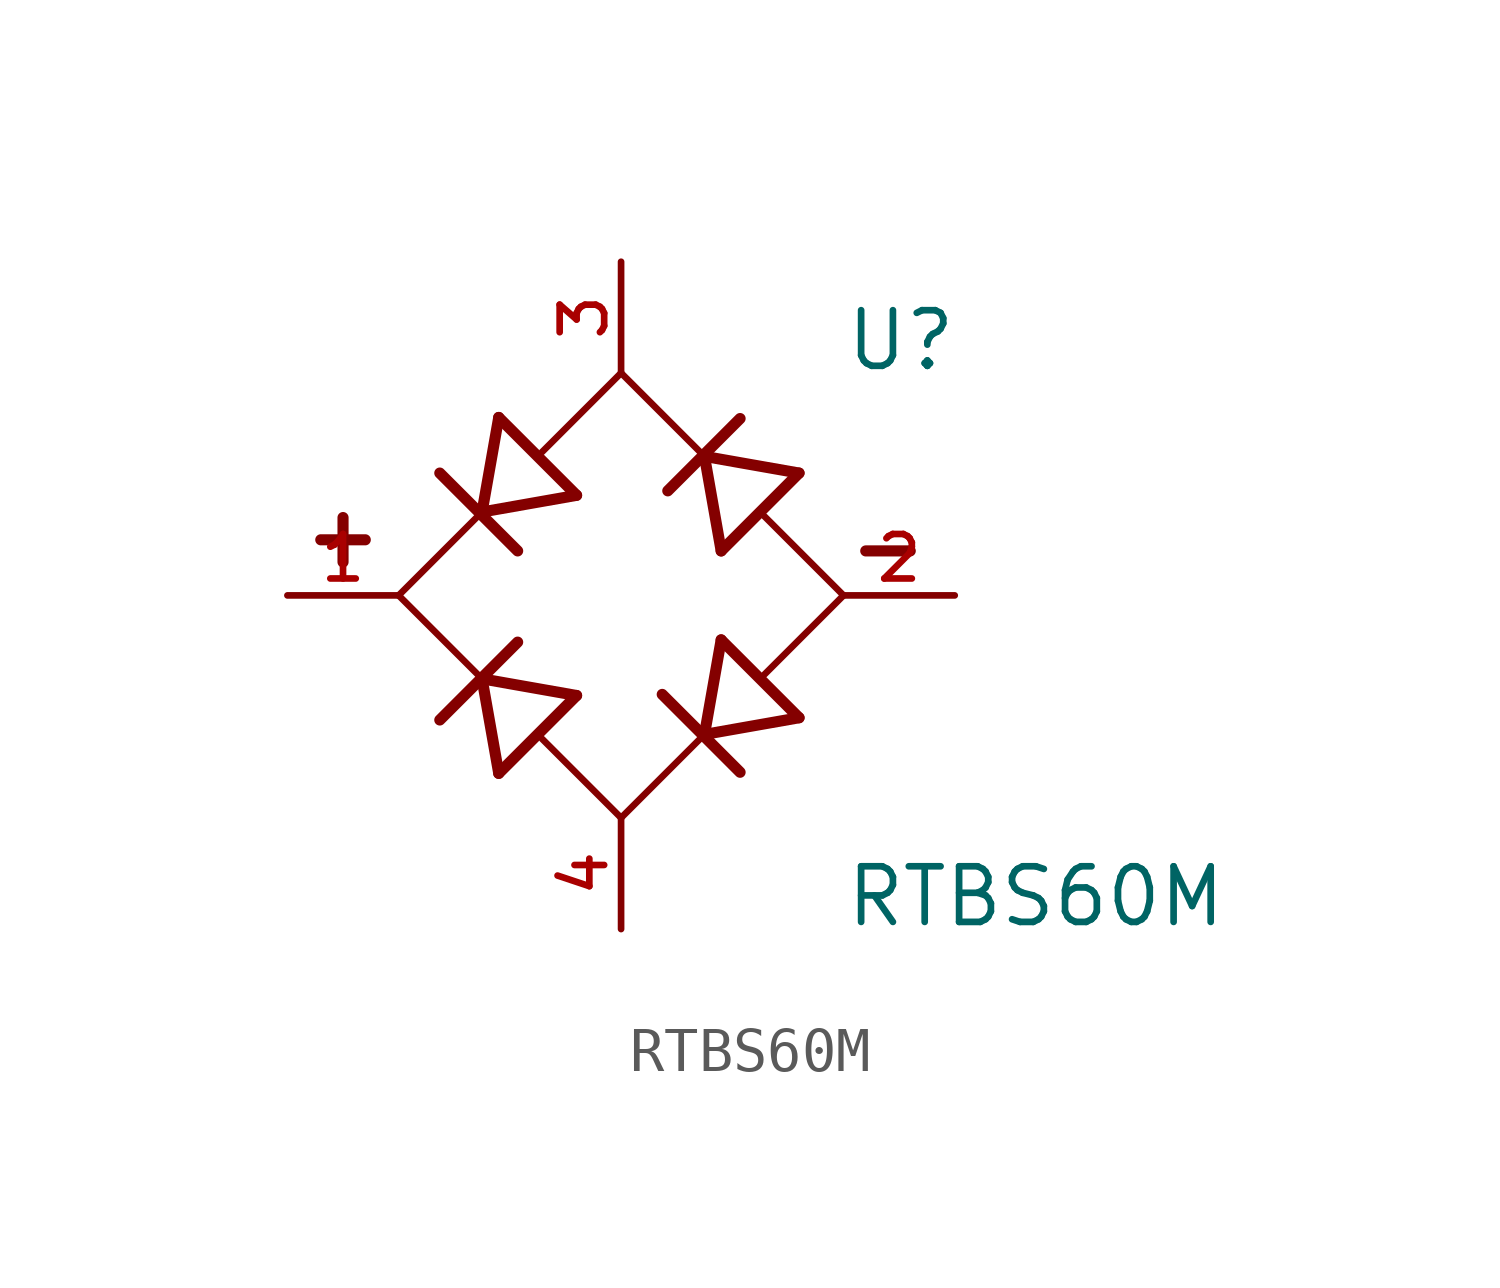
<source format=kicad_sym>
(kicad_symbol_lib
  (version 20211014)
  (generator kicad_symbol_editor)
  (symbol "RTBS60M"
    (pin_names
      (offset 1.016))
    (property "Reference" "U"
      (at 5.08 5.08 0)
      (effects (font (size 1.27 1.27)) (justify bottom left)))
    (property "Value" "RTBS60M"
      (at 5.08 -7.62 0)
      (effects (font (size 1.27 1.27)) (justify bottom left)))
    (symbol "RTBS60M_0_0"
      (polyline (pts (xy 1.905 -3.175) (xy 4.064 -2.794)) (stroke (width 0.254)))
      (polyline (pts (xy 1.905 -3.175) (xy 2.286 -1.016)) (stroke (width 0.254)))
      (polyline (pts (xy 2.718 -4.039) (xy 0.94 -2.261)) (stroke (width 0.254)))
      (polyline (pts (xy 1.905 3.175) (xy 4.064 2.794)) (stroke (width 0.254)))
      (polyline (pts (xy 1.905 3.175) (xy 2.286 1.016)) (stroke (width 0.254)))
      (polyline (pts (xy 2.718 4.039) (xy 1.067 2.388)) (stroke (width 0.254)))
      (polyline (pts (xy -3.175 1.905) (xy -2.794 4.064)) (stroke (width 0.254)))
      (polyline (pts (xy -3.175 1.905) (xy -1.016 2.286)) (stroke (width 0.254)))
      (polyline (pts (xy -2.362 1.016) (xy -4.14 2.794)) (stroke (width 0.254)))
      (polyline (pts (xy -3.175 -1.905) (xy -2.794 -4.064)) (stroke (width 0.254)))
      (polyline (pts (xy -3.175 -1.905) (xy -1.016 -2.286)) (stroke (width 0.254)))
      (polyline (pts (xy -2.362 -1.067) (xy -4.14 -2.845)) (stroke (width 0.254)))
      (polyline (pts (xy -5.08 0.0) (xy -3.175 -1.905)) (stroke (width 0.152)))
      (polyline (pts (xy 0.0 -5.08) (xy 1.905 -3.175)) (stroke (width 0.152)))
      (polyline (pts (xy 3.277 -1.803) (xy 5.08 0.0)) (stroke (width 0.152)))
      (polyline (pts (xy 4.064 -2.794) (xy 2.286 -1.016)) (stroke (width 0.254)))
      (polyline (pts (xy 5.08 0.0) (xy 3.277 1.803)) (stroke (width 0.152)))
      (polyline (pts (xy 4.064 2.794) (xy 2.286 1.016)) (stroke (width 0.254)))
      (polyline (pts (xy 1.905 3.175) (xy 0.0 5.08)) (stroke (width 0.152)))
      (polyline (pts (xy 0.0 5.08) (xy -1.803 3.277)) (stroke (width 0.152)))
      (polyline (pts (xy -1.016 2.286) (xy -2.794 4.064)) (stroke (width 0.254)))
      (polyline (pts (xy -3.175 1.905) (xy -5.08 0.0)) (stroke (width 0.152)))
      (polyline (pts (xy 0.0 -5.08) (xy -1.803 -3.277)) (stroke (width 0.152)))
      (polyline (pts (xy -1.016 -2.286) (xy -2.794 -4.064)) (stroke (width 0.254)))
      (polyline (pts (xy 5.588 1.016) (xy 6.604 1.016)) (stroke (width 0.254)))
      (polyline (pts (xy -6.858 1.27) (xy -5.842 1.27)) (stroke (width 0.254)))
      (polyline (pts (xy -6.35 0.762) (xy -6.35 1.778)) (stroke (width 0.254)))
      (pin passive line (at 0.0 7.62 270.0) (length 2.54) (name "~" (effects (font (size 1.016 1.016)))) (number "3" (effects (font (size 1.016 1.016)))))
      (pin passive line (at -7.62 0.0 0) (length 2.54) (name "~" (effects (font (size 1.016 1.016)))) (number "1" (effects (font (size 1.016 1.016)))))
      (pin passive line (at 0.0 -7.62 90.0) (length 2.54) (name "~" (effects (font (size 1.016 1.016)))) (number "4" (effects (font (size 1.016 1.016)))))
      (pin passive line (at 7.62 0.0 180.0) (length 2.54) (name "~" (effects (font (size 1.016 1.016)))) (number "2" (effects (font (size 1.016 1.016))))))))
</source>
